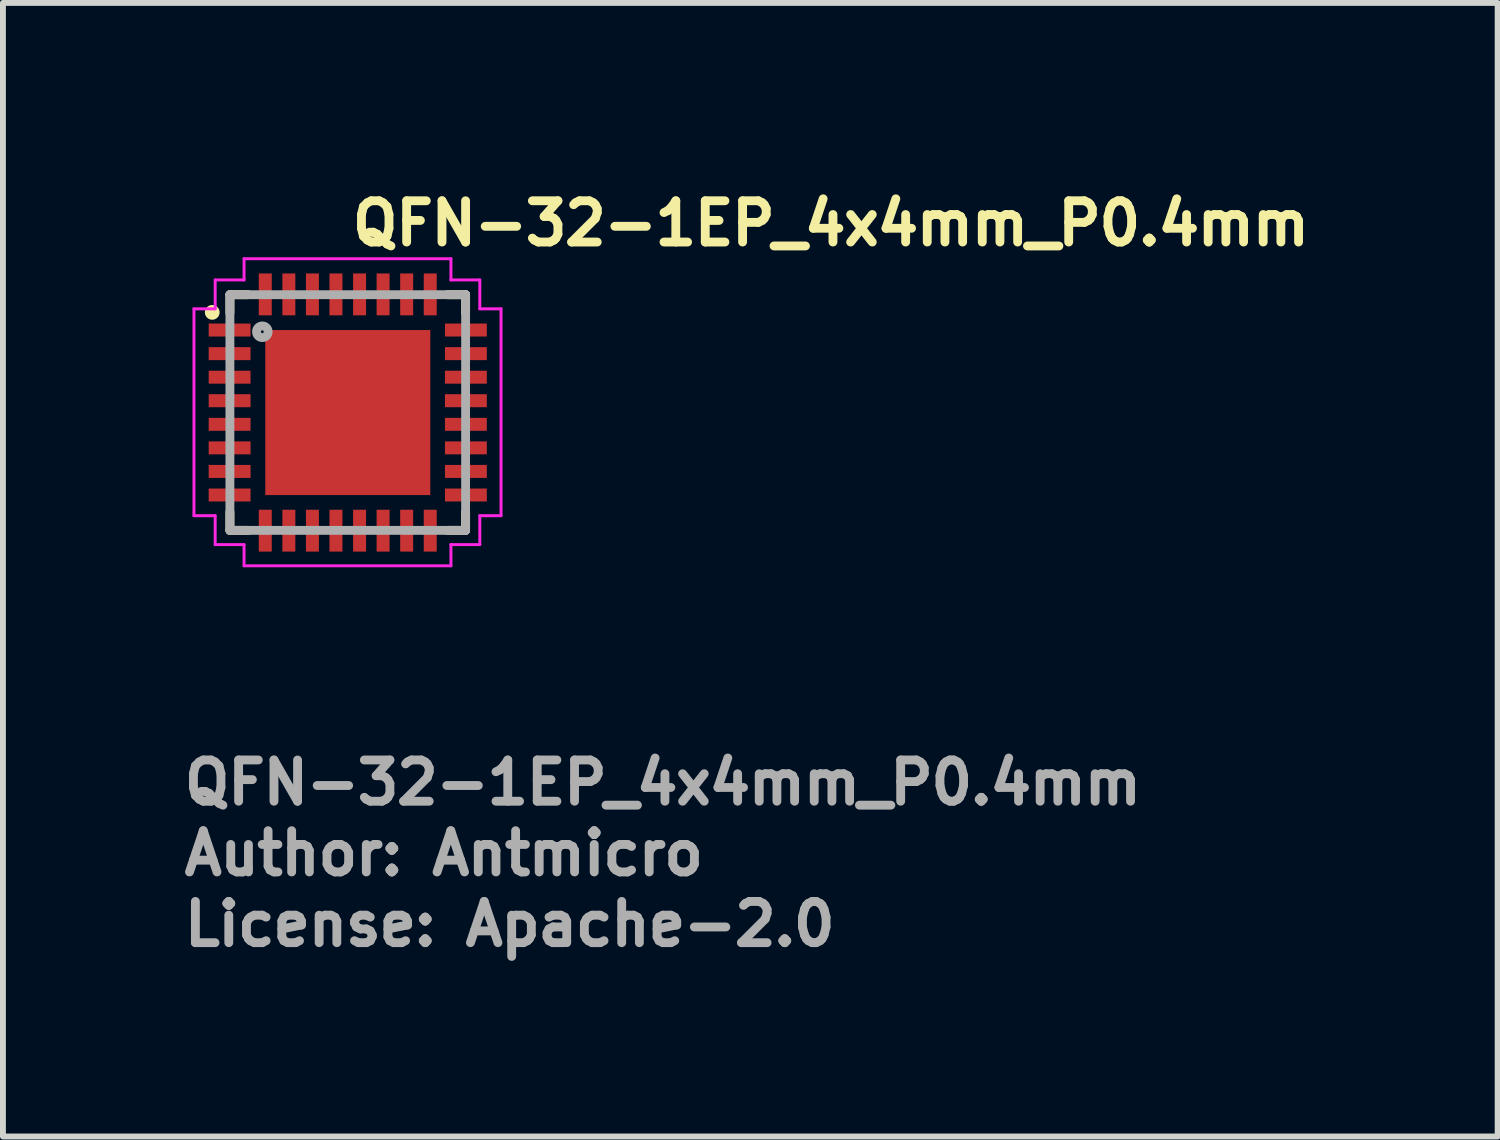
<source format=kicad_pcb>
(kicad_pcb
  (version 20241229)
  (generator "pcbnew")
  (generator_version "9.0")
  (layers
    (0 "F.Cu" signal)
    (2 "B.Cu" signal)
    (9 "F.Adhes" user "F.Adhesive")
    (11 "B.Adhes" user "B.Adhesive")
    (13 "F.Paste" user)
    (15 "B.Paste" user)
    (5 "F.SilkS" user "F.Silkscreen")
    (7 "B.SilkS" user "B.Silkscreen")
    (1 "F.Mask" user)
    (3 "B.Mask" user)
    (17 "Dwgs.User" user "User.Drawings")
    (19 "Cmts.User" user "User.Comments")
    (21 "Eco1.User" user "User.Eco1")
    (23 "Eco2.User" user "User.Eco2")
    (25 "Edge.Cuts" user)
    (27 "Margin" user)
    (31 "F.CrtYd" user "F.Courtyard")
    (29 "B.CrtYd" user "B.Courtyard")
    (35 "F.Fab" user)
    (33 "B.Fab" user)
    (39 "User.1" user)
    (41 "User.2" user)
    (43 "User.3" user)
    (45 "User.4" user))
  (footprint "QFN-32-1EP_4x4mm_P0.4mm"
    (layer "F.Cu")
    (at 2.851 3.95)
    (property "Reference" "QFN-32-1EP_4x4mm_P0.4mm" (at 0 -2.8 0) (layer "F.SilkS") (effects (font (size 0.7 0.7) (thickness 0.15)) (justify left bottom)))
    (attr smd)
    (fp_line (start -2 -2) (end -2 -1.69) (stroke (width 0.15) (type solid)) (layer "F.SilkS"))
    (fp_line (start -2 1.689) (end -2 1.999) (stroke (width 0.15) (type solid)) (layer "F.SilkS"))
    (fp_line (start -2 1.999) (end -1.69 1.999) (stroke (width 0.15) (type solid)) (layer "F.SilkS"))
    (fp_line (start -1.69 -2) (end -2 -2) (stroke (width 0.15) (type solid)) (layer "F.SilkS"))
    (fp_line (start 1.689 1.999) (end 1.999 1.999) (stroke (width 0.15) (type solid)) (layer "F.SilkS"))
    (fp_line (start 1.999 -2) (end 1.689 -2) (stroke (width 0.15) (type solid)) (layer "F.SilkS"))
    (fp_line (start 1.999 -1.69) (end 1.999 -2) (stroke (width 0.15) (type solid)) (layer "F.SilkS"))
    (fp_line (start 1.999 1.999) (end 1.999 1.689) (stroke (width 0.15) (type solid)) (layer "F.SilkS"))
    (fp_circle (center -2.3 -1.7) (end -2.25 -1.7) (stroke (width 0.15) (type solid)) (fill yes) (layer "F.SilkS"))
    (fp_poly (pts (xy -0.919 -0.918) (xy 0.917 -0.918) (xy 0.917 0.918) (xy -0.919 0.918)) (stroke (width 0.01) (type solid)) (fill yes) (layer "F.Paste"))
    (fp_line (start -2.61 -1.76) (end -2.25 -1.76) (stroke (width 0.05) (type solid)) (layer "F.CrtYd"))
    (fp_line (start -2.61 1.75) (end -2.61 -1.76) (stroke (width 0.05) (type solid)) (layer "F.CrtYd"))
    (fp_line (start -2.25 -2.25) (end -1.76 -2.25) (stroke (width 0.05) (type solid)) (layer "F.CrtYd"))
    (fp_line (start -2.25 -1.76) (end -2.25 -2.25) (stroke (width 0.05) (type solid)) (layer "F.CrtYd"))
    (fp_line (start -2.25 1.75) (end -2.61 1.75) (stroke (width 0.05) (type solid)) (layer "F.CrtYd"))
    (fp_line (start -2.25 2.24) (end -2.25 1.75) (stroke (width 0.05) (type solid)) (layer "F.CrtYd"))
    (fp_line (start -1.76 -2.61) (end 1.75 -2.61) (stroke (width 0.05) (type solid)) (layer "F.CrtYd"))
    (fp_line (start -1.76 -2.25) (end -1.76 -2.61) (stroke (width 0.05) (type solid)) (layer "F.CrtYd"))
    (fp_line (start -1.76 2.24) (end -2.25 2.24) (stroke (width 0.05) (type solid)) (layer "F.CrtYd"))
    (fp_line (start -1.76 2.6) (end -1.76 2.24) (stroke (width 0.05) (type solid)) (layer "F.CrtYd"))
    (fp_line (start 1.75 -2.61) (end 1.75 -2.25) (stroke (width 0.05) (type solid)) (layer "F.CrtYd"))
    (fp_line (start 1.75 -2.25) (end 2.24 -2.25) (stroke (width 0.05) (type solid)) (layer "F.CrtYd"))
    (fp_line (start 1.75 2.24) (end 1.75 2.6) (stroke (width 0.05) (type solid)) (layer "F.CrtYd"))
    (fp_line (start 1.75 2.6) (end -1.76 2.6) (stroke (width 0.05) (type solid)) (layer "F.CrtYd"))
    (fp_line (start 2.24 -2.25) (end 2.24 -1.76) (stroke (width 0.05) (type solid)) (layer "F.CrtYd"))
    (fp_line (start 2.24 -1.76) (end 2.6 -1.76) (stroke (width 0.05) (type solid)) (layer "F.CrtYd"))
    (fp_line (start 2.24 1.75) (end 2.24 2.24) (stroke (width 0.05) (type solid)) (layer "F.CrtYd"))
    (fp_line (start 2.24 2.24) (end 1.75 2.24) (stroke (width 0.05) (type solid)) (layer "F.CrtYd"))
    (fp_line (start 2.6 -1.76) (end 2.6 1.75) (stroke (width 0.05) (type solid)) (layer "F.CrtYd"))
    (fp_line (start 2.6 1.75) (end 2.24 1.75) (stroke (width 0.05) (type solid)) (layer "F.CrtYd"))
    (fp_line (start -2 -2) (end 1.999 -2) (stroke (width 0.15) (type solid)) (layer "F.Fab"))
    (fp_line (start -2 1.999) (end -2 -2) (stroke (width 0.15) (type solid)) (layer "F.Fab"))
    (fp_line (start 1.999 -2) (end 1.999 1.999) (stroke (width 0.15) (type solid)) (layer "F.Fab"))
    (fp_line (start 1.999 1.999) (end -2 1.999) (stroke (width 0.15) (type solid)) (layer "F.Fab"))
    (fp_circle (center -1.45 -1.371) (end -1.351 -1.371) (stroke (width 0.15) (type solid)) (fill no) (layer "F.Fab"))
    (fp_line (start -2 -2) (end -2 2) (stroke (width 0.01) (type solid)) (layer "User.9"))
    (fp_line (start -2 2) (end 2 2) (stroke (width 0.01) (type solid)) (layer "User.9"))
    (fp_line (start 2 -2) (end -2 -2) (stroke (width 0.01) (type solid)) (layer "User.9"))
    (fp_line (start 2 2) (end 2 -2) (stroke (width 0.01) (type solid)) (layer "User.9"))
    (fp_text user "${REFERENCE}" (at -2.851 6.688 0) (layer "F.Fab") (effects (font (size 0.7 0.7) (thickness 0.15)) (justify left bottom)))
    (fp_text user "Author: Antmicro" (at -2.851 7.888 0) (layer "F.Fab") (effects (font (size 0.7 0.7) (thickness 0.15)) (justify left bottom)))
    (fp_text user "License: Apache-2.0" (at -2.851 9.088 0) (layer "F.Fab") (effects (font (size 0.7 0.7) (thickness 0.15)) (justify left bottom)))
    (pad "1" smd roundrect (at -2.005 -1.4) (size 0.71 0.22) (layers "F.Cu" "F.Mask" "F.Paste") (roundrect_rratio 0.03))
    (pad "2" smd roundrect (at -2.005 -1) (size 0.71 0.22) (layers "F.Cu" "F.Mask" "F.Paste") (roundrect_rratio 0.03))
    (pad "3" smd roundrect (at -2.005 -0.6) (size 0.71 0.22) (layers "F.Cu" "F.Mask" "F.Paste") (roundrect_rratio 0.03))
    (pad "4" smd roundrect (at -2.005 -0.201) (size 0.71 0.22) (layers "F.Cu" "F.Mask" "F.Paste") (roundrect_rratio 0.03))
    (pad "5" smd roundrect (at -2.005 0.2) (size 0.71 0.22) (layers "F.Cu" "F.Mask" "F.Paste") (roundrect_rratio 0.03))
    (pad "6" smd roundrect (at -2.005 0.599) (size 0.71 0.22) (layers "F.Cu" "F.Mask" "F.Paste") (roundrect_rratio 0.03))
    (pad "7" smd roundrect (at -2.005 0.999) (size 0.71 0.22) (layers "F.Cu" "F.Mask" "F.Paste") (roundrect_rratio 0.03))
    (pad "8" smd roundrect (at -2.005 1.399) (size 0.71 0.22) (layers "F.Cu" "F.Mask" "F.Paste") (roundrect_rratio 0.03))
    (pad "9" smd roundrect (at -1.4 2.004) (size 0.22 0.71) (layers "F.Cu" "F.Mask" "F.Paste") (roundrect_rratio 0.03))
    (pad "10" smd roundrect (at -1 2.004) (size 0.22 0.71) (layers "F.Cu" "F.Mask" "F.Paste") (roundrect_rratio 0.03))
    (pad "11" smd roundrect (at -0.6 2.004) (size 0.22 0.71) (layers "F.Cu" "F.Mask" "F.Paste") (roundrect_rratio 0.03))
    (pad "12" smd roundrect (at -0.201 2.004) (size 0.22 0.71) (layers "F.Cu" "F.Mask" "F.Paste") (roundrect_rratio 0.03))
    (pad "13" smd roundrect (at 0.2 2.004) (size 0.22 0.71) (layers "F.Cu" "F.Mask" "F.Paste") (roundrect_rratio 0.03))
    (pad "14" smd roundrect (at 0.599 2.004) (size 0.22 0.71) (layers "F.Cu" "F.Mask" "F.Paste") (roundrect_rratio 0.03))
    (pad "15" smd roundrect (at 0.999 2.004) (size 0.22 0.71) (layers "F.Cu" "F.Mask" "F.Paste") (roundrect_rratio 0.03))
    (pad "16" smd roundrect (at 1.399 2.004) (size 0.22 0.71) (layers "F.Cu" "F.Mask" "F.Paste") (roundrect_rratio 0.03))
    (pad "17" smd roundrect (at 2.004 1.399) (size 0.71 0.22) (layers "F.Cu" "F.Mask" "F.Paste") (roundrect_rratio 0.03))
    (pad "18" smd roundrect (at 2.004 0.999) (size 0.71 0.22) (layers "F.Cu" "F.Mask" "F.Paste") (roundrect_rratio 0.03))
    (pad "19" smd roundrect (at 2.004 0.599) (size 0.71 0.22) (layers "F.Cu" "F.Mask" "F.Paste") (roundrect_rratio 0.03))
    (pad "20" smd roundrect (at 2.004 0.2) (size 0.71 0.22) (layers "F.Cu" "F.Mask" "F.Paste") (roundrect_rratio 0.03))
    (pad "21" smd roundrect (at 2.004 -0.201) (size 0.71 0.22) (layers "F.Cu" "F.Mask" "F.Paste") (roundrect_rratio 0.03))
    (pad "22" smd roundrect (at 2.004 -0.6) (size 0.71 0.22) (layers "F.Cu" "F.Mask" "F.Paste") (roundrect_rratio 0.03))
    (pad "23" smd roundrect (at 2.004 -1) (size 0.71 0.22) (layers "F.Cu" "F.Mask" "F.Paste") (roundrect_rratio 0.03))
    (pad "24" smd roundrect (at 2.004 -1.4) (size 0.71 0.22) (layers "F.Cu" "F.Mask" "F.Paste") (roundrect_rratio 0.03))
    (pad "25" smd roundrect (at 1.399 -2.005) (size 0.22 0.71) (layers "F.Cu" "F.Mask" "F.Paste") (roundrect_rratio 0.03))
    (pad "26" smd roundrect (at 0.999 -2.005) (size 0.22 0.71) (layers "F.Cu" "F.Mask" "F.Paste") (roundrect_rratio 0.03))
    (pad "27" smd roundrect (at 0.599 -2.005) (size 0.22 0.71) (layers "F.Cu" "F.Mask" "F.Paste") (roundrect_rratio 0.03))
    (pad "28" smd roundrect (at 0.2 -2.005) (size 0.22 0.71) (layers "F.Cu" "F.Mask" "F.Paste") (roundrect_rratio 0.03))
    (pad "29" smd roundrect (at -0.201 -2.005) (size 0.22 0.71) (layers "F.Cu" "F.Mask" "F.Paste") (roundrect_rratio 0.03))
    (pad "30" smd roundrect (at -0.6 -2.005) (size 0.22 0.71) (layers "F.Cu" "F.Mask" "F.Paste") (roundrect_rratio 0.03))
    (pad "31" smd roundrect (at -1 -2.005) (size 0.22 0.71) (layers "F.Cu" "F.Mask" "F.Paste") (roundrect_rratio 0.03))
    (pad "32" smd roundrect (at -1.4 -2.005) (size 0.22 0.71) (layers "F.Cu" "F.Mask" "F.Paste") (roundrect_rratio 0.03))
    (pad "33" smd rect (at 0 0) (size 2.8 2.8) (layers "F.Cu" "F.Mask")))
  (gr_rect
    (start -3 -3)
    (end 22.361 16.233)
    (stroke (width 0.1) (type default))
    (fill no)
    (layer "Edge.Cuts")))
</source>
